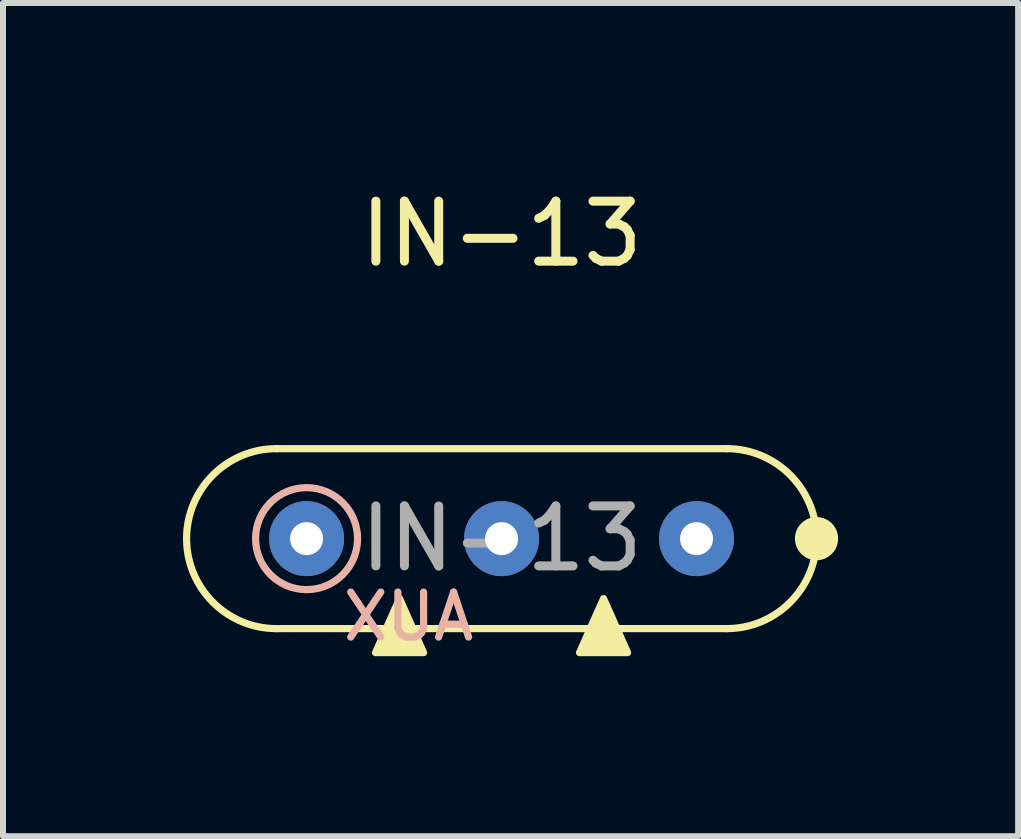
<source format=kicad_pcb>
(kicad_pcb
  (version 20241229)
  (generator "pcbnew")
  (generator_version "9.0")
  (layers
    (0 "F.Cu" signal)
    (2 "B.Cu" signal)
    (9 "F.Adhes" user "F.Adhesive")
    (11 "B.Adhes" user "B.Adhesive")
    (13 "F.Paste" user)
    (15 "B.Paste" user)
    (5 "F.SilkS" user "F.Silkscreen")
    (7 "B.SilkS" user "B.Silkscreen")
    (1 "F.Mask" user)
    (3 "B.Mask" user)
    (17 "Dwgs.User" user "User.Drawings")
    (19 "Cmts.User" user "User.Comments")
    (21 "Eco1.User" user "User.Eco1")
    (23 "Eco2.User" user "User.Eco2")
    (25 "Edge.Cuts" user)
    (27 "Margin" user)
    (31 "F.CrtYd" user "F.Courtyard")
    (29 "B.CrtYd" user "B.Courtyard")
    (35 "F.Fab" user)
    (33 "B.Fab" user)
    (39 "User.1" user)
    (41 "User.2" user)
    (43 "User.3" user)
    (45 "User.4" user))
  (footprint "IN-13"
    (layer "F.Cu")
    (at 5.31 5.928)
    (property "Reference" "IN-13" (at 0 -5.08 0) (unlocked yes) (layer "F.SilkS") (effects (font (size 1 1) (thickness 0.15))))
    (attr through_hole)
    (fp_line (start -3.75 -1.5) (end 3.75 -1.5) (stroke (width 0.12) (type default)) (layer "F.SilkS"))
    (fp_line (start 3.75 1.5) (end -3.75 1.5) (stroke (width 0.12) (type default)) (layer "F.SilkS"))
    (fp_arc (start -3.75 1.5) (mid -5.25 0) (end -3.75 -1.5) (stroke (width 0.12) (type default)) (layer "F.SilkS"))
    (fp_arc (start 3.75 -1.5) (mid 5.25 0) (end 3.75 1.5) (stroke (width 0.12) (type default)) (layer "F.SilkS"))
    (fp_circle (center 5.25 0) (end 5.55 0) (stroke (width 0.12) (type solid)) (fill yes) (layer "F.SilkS"))
    (fp_poly (pts (xy -2.1 1.9) (xy -1.7 1) (xy -1.3 1.9)) (stroke (width 0.12) (type solid)) (fill yes) (layer "F.SilkS"))
    (fp_poly (pts (xy 1.3 1.9) (xy 1.7 1) (xy 2.1 1.9)) (stroke (width 0.12) (type solid)) (fill yes) (layer "F.SilkS"))
    (fp_circle (center -3.25 0) (end -2.4 0) (stroke (width 0.12) (type default)) (fill no) (layer "B.SilkS"))
    (fp_text user "AUX" (at -2.7 1.3 0) (unlocked yes) (layer "B.SilkS") (effects (font (size 0.75 0.75) (thickness 0.12)) (justify right mirror)))
    (fp_text user "${REFERENCE}" (at 0 0 0) (unlocked yes) (layer "F.Fab") (effects (font (size 1 1) (thickness 0.15))))
    (pad "1" thru_hole circle (at 3.25 0) (size 1.25 1.25) (drill 0.55) (layers "*.Cu" "*.Mask"))
    (pad "2" thru_hole circle (at 0 0) (size 1.25 1.25) (drill 0.55) (layers "*.Cu" "*.Mask"))
    (pad "3" thru_hole circle (at -3.25 0) (size 1.25 1.25) (drill 0.55) (layers "*.Cu" "*.Mask")))
  (gr_rect
    (start -3 -3)
    (end 13.92 10.888)
    (stroke (width 0.1) (type default))
    (fill no)
    (layer "Edge.Cuts")))
</source>
